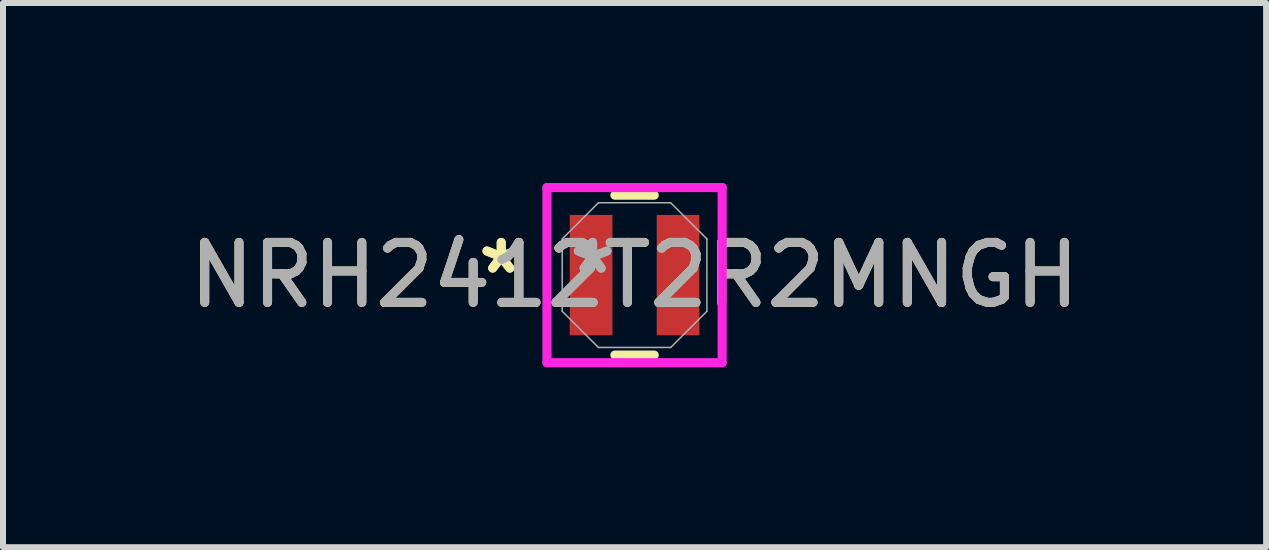
<source format=kicad_pcb>
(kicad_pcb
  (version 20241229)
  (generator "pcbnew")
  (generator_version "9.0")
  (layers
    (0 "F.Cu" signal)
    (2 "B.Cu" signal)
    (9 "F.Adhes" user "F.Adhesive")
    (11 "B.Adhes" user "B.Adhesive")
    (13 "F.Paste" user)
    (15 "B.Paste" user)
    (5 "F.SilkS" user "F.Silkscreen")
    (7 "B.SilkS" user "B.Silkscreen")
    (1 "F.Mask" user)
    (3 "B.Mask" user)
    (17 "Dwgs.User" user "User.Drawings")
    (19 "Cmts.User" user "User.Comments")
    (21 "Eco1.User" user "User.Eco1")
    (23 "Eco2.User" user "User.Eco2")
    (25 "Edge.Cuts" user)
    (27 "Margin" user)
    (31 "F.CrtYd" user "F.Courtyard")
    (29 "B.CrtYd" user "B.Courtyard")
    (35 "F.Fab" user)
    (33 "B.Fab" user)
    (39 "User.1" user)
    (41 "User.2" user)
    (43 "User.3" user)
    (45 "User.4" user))
  (footprint "NRH2412T2R2MNGH"
    (layer "F.Cu")
    (at 7.53 1.537)
    (property "Reference" "NRH2412T2R2MNGH" (at 0 0 0) (unlocked yes) (layer "F.SilkS") (effects (font (size 1 1) (thickness 0.15))))
    (attr smd)
    (fp_line (start -0.328 1.333) (end 0.328 1.333) (stroke (width 0.152) (type solid)) (layer "F.SilkS"))
    (fp_line (start 0.328 -1.333) (end -0.328 -1.333) (stroke (width 0.152) (type solid)) (layer "F.SilkS"))
    (fp_line (start -1.46 -1.46) (end 1.46 -1.46) (stroke (width 0.152) (type solid)) (layer "F.CrtYd"))
    (fp_line (start -1.46 1.46) (end -1.46 -1.46) (stroke (width 0.152) (type solid)) (layer "F.CrtYd"))
    (fp_line (start 1.46 -1.46) (end 1.46 1.46) (stroke (width 0.152) (type solid)) (layer "F.CrtYd"))
    (fp_line (start 1.46 1.46) (end -1.46 1.46) (stroke (width 0.152) (type solid)) (layer "F.CrtYd"))
    (fp_line (start -1.206 -0.603) (end -1.206 0.603) (stroke (width 0.025) (type solid)) (layer "F.Fab"))
    (fp_line (start -1.206 0.603) (end -0.603 1.206) (stroke (width 0.025) (type solid)) (layer "F.Fab"))
    (fp_line (start -0.603 -1.206) (end -1.206 -0.603) (stroke (width 0.025) (type solid)) (layer "F.Fab"))
    (fp_line (start -0.603 1.206) (end 0.603 1.206) (stroke (width 0.025) (type solid)) (layer "F.Fab"))
    (fp_line (start 0.603 -1.206) (end -0.603 -1.206) (stroke (width 0.025) (type solid)) (layer "F.Fab"))
    (fp_line (start 0.603 1.206) (end 1.206 0.603) (stroke (width 0.025) (type solid)) (layer "F.Fab"))
    (fp_line (start 1.206 -0.603) (end 0.603 -1.206) (stroke (width 0.025) (type solid)) (layer "F.Fab"))
    (fp_line (start 1.206 0.603) (end 1.206 -0.603) (stroke (width 0.025) (type solid)) (layer "F.Fab"))
    (fp_text user "*" (at -2.223 0 0) (layer "F.SilkS") (effects (font (size 1 1) (thickness 0.15))))
    (fp_text user "*" (at -2.223 0 0) (unlocked yes) (layer "F.SilkS") (effects (font (size 1 1) (thickness 0.15))))
    (fp_text user "*" (at -0.699 0 0) (layer "F.Fab") (effects (font (size 1 1) (thickness 0.15))))
    (fp_text user "${REFERENCE}" (at 0 0 0) (unlocked yes) (layer "F.Fab") (effects (font (size 1 1) (thickness 0.15))))
    (fp_text user "*" (at -0.699 0 0) (unlocked yes) (layer "F.Fab") (effects (font (size 1 1) (thickness 0.15))))
    (pad "1" smd rect (at -0.725 0) (size 0.711 2.007) (layers "F.Cu" "F.Mask" "F.Paste"))
    (pad "2" smd rect (at 0.725 0) (size 0.711 2.007) (layers "F.Cu" "F.Mask" "F.Paste")))
  (gr_rect
    (start -3 -3)
    (end 18.06 6.073)
    (stroke (width 0.1) (type default))
    (fill no)
    (layer "Edge.Cuts")))
</source>
